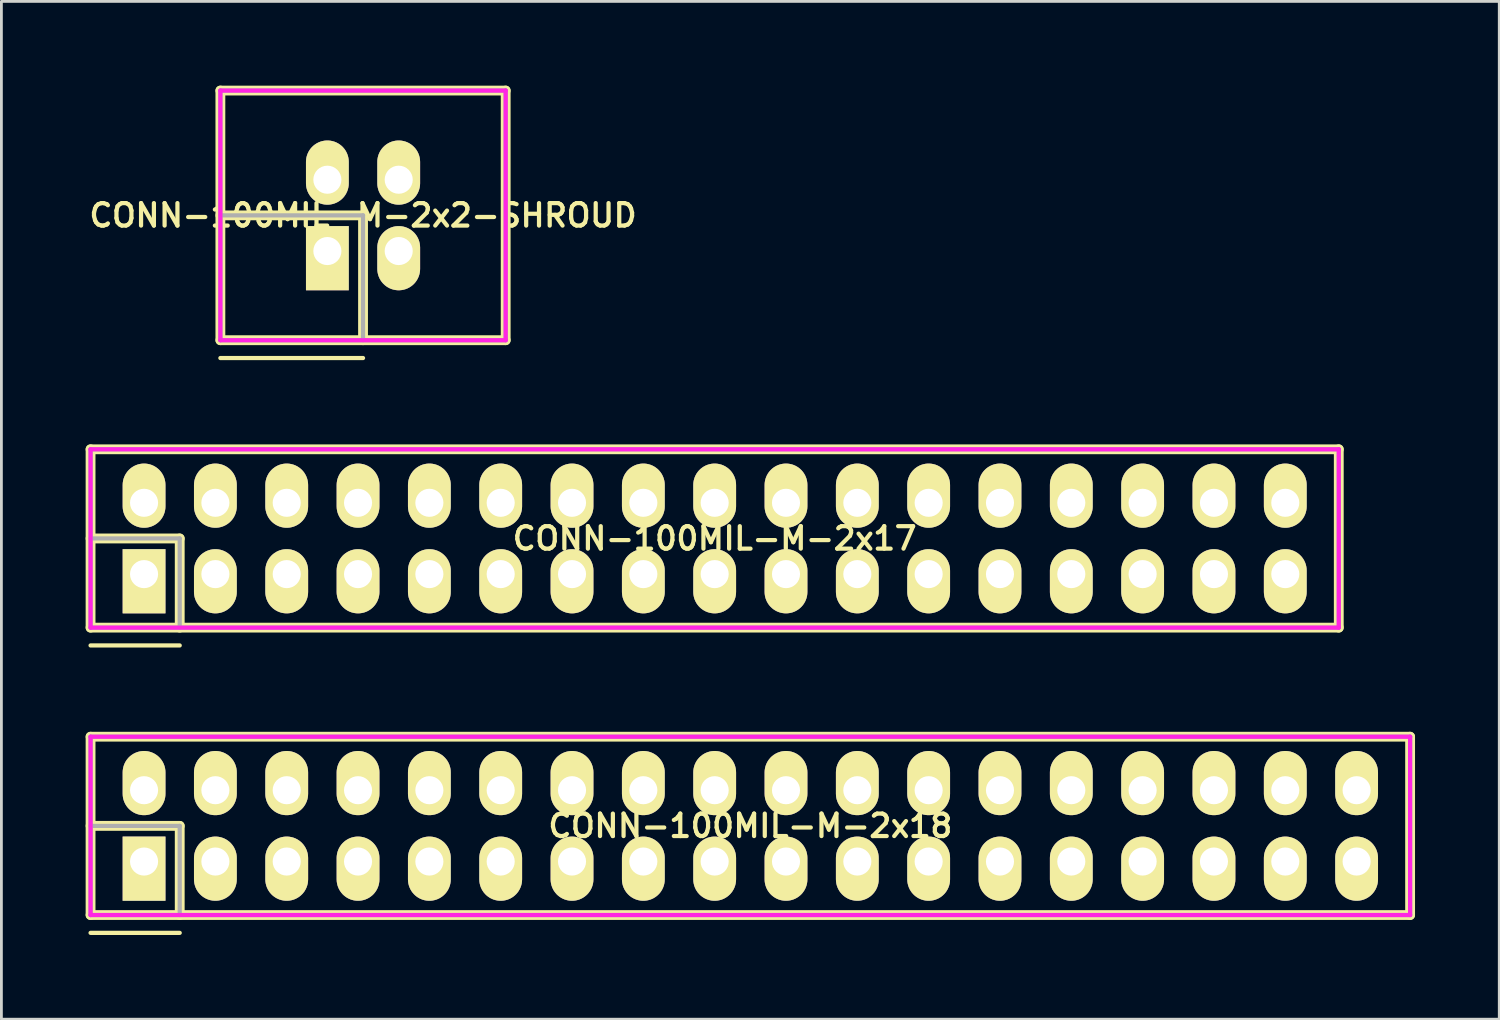
<source format=kicad_pcb>
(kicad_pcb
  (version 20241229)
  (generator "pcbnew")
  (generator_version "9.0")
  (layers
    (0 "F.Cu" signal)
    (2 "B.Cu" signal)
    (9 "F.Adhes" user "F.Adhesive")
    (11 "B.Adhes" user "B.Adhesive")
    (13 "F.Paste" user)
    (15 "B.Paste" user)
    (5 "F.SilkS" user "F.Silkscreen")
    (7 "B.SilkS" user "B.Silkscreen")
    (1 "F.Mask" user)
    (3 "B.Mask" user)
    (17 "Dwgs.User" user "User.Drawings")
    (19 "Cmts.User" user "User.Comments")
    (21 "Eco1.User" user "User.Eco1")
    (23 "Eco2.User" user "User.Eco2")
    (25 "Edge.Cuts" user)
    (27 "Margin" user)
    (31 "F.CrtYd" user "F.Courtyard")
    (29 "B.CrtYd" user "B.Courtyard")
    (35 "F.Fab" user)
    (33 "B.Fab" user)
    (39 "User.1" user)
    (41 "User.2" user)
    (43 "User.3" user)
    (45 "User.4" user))
  (footprint "CONN-100MIL-M-2x18"
    (layer "F.Cu")
    (at 23.67 26.36)
    (property "Reference" "CONN-100MIL-M-2x18" (at 0 0 0) (layer "F.SilkS") (effects (font (size 0.8 0.8) (thickness 0.15))))
    (attr through_hole)
    (fp_line (start -23.495 -3.175) (end 23.495 -3.175) (stroke (width 0.35) (type solid)) (layer "F.SilkS"))
    (fp_line (start -23.495 0) (end -20.32 0) (stroke (width 0.35) (type solid)) (layer "F.SilkS"))
    (fp_line (start -23.495 3.175) (end -23.495 -3.175) (stroke (width 0.35) (type solid)) (layer "F.SilkS"))
    (fp_line (start -23.495 3.81) (end -20.32 3.81) (stroke (width 0.15) (type solid)) (layer "F.SilkS"))
    (fp_line (start -20.32 0) (end -20.32 3.175) (stroke (width 0.35) (type solid)) (layer "F.SilkS"))
    (fp_line (start 23.495 -3.175) (end 23.495 3.175) (stroke (width 0.35) (type solid)) (layer "F.SilkS"))
    (fp_line (start 23.495 3.175) (end -23.495 3.175) (stroke (width 0.35) (type solid)) (layer "F.SilkS"))
    (fp_line (start -23.495 -3.175) (end 23.495 -3.175) (stroke (width 0.15) (type solid)) (layer "F.CrtYd"))
    (fp_line (start -23.495 3.175) (end -23.495 -3.175) (stroke (width 0.15) (type solid)) (layer "F.CrtYd"))
    (fp_line (start 23.495 -3.175) (end 23.495 3.175) (stroke (width 0.15) (type solid)) (layer "F.CrtYd"))
    (fp_line (start 23.495 3.175) (end -23.495 3.175) (stroke (width 0.15) (type solid)) (layer "F.CrtYd"))
    (fp_line (start -23.495 -3.175) (end 23.495 -3.175) (stroke (width 0.15) (type solid)) (layer "F.Fab"))
    (fp_line (start -23.495 0) (end -20.32 0) (stroke (width 0.15) (type solid)) (layer "F.Fab"))
    (fp_line (start -23.495 3.175) (end -23.495 -3.175) (stroke (width 0.15) (type solid)) (layer "F.Fab"))
    (fp_line (start -20.32 0) (end -20.32 3.175) (stroke (width 0.15) (type solid)) (layer "F.Fab"))
    (fp_line (start 23.495 -3.175) (end 23.495 3.175) (stroke (width 0.15) (type solid)) (layer "F.Fab"))
    (fp_line (start 23.495 3.175) (end -23.495 3.175) (stroke (width 0.15) (type solid)) (layer "F.Fab"))
    (pad "1" thru_hole rect (at -21.59 1.27) (size 1.524 2.286) (drill 1 (offset 0 0.254)) (layers "*.Cu" "*.Mask" "F.SilkS"))
    (pad "2" thru_hole oval (at -21.59 -1.27) (size 1.524 2.286) (drill 1 (offset 0 -0.254)) (layers "*.Cu" "*.Mask" "F.SilkS"))
    (pad "3" thru_hole oval (at -19.05 1.27) (size 1.524 2.286) (drill 1 (offset 0 0.254)) (layers "*.Cu" "*.Mask" "F.SilkS"))
    (pad "4" thru_hole oval (at -19.05 -1.27) (size 1.524 2.286) (drill 1 (offset 0 -0.254)) (layers "*.Cu" "*.Mask" "F.SilkS"))
    (pad "5" thru_hole oval (at -16.51 1.27) (size 1.524 2.286) (drill 1 (offset 0 0.254)) (layers "*.Cu" "*.Mask" "F.SilkS"))
    (pad "6" thru_hole oval (at -16.51 -1.27) (size 1.524 2.286) (drill 1 (offset 0 -0.254)) (layers "*.Cu" "*.Mask" "F.SilkS"))
    (pad "7" thru_hole oval (at -13.97 1.27) (size 1.524 2.286) (drill 1 (offset 0 0.254)) (layers "*.Cu" "*.Mask" "F.SilkS"))
    (pad "8" thru_hole oval (at -13.97 -1.27) (size 1.524 2.286) (drill 1 (offset 0 -0.254)) (layers "*.Cu" "*.Mask" "F.SilkS"))
    (pad "9" thru_hole oval (at -11.43 1.27) (size 1.524 2.286) (drill 1 (offset 0 0.254)) (layers "*.Cu" "*.Mask" "F.SilkS"))
    (pad "10" thru_hole oval (at -11.43 -1.27) (size 1.524 2.286) (drill 1 (offset 0 -0.254)) (layers "*.Cu" "*.Mask" "F.SilkS"))
    (pad "11" thru_hole oval (at -8.89 1.27) (size 1.524 2.286) (drill 1 (offset 0 0.254)) (layers "*.Cu" "*.Mask" "F.SilkS"))
    (pad "12" thru_hole oval (at -8.89 -1.27) (size 1.524 2.286) (drill 1 (offset 0 -0.254)) (layers "*.Cu" "*.Mask" "F.SilkS"))
    (pad "13" thru_hole oval (at -6.35 1.27) (size 1.524 2.286) (drill 1 (offset 0 0.254)) (layers "*.Cu" "*.Mask" "F.SilkS"))
    (pad "14" thru_hole oval (at -6.35 -1.27) (size 1.524 2.286) (drill 1 (offset 0 -0.254)) (layers "*.Cu" "*.Mask" "F.SilkS"))
    (pad "15" thru_hole oval (at -3.81 1.27) (size 1.524 2.286) (drill 1 (offset 0 0.254)) (layers "*.Cu" "*.Mask" "F.SilkS"))
    (pad "16" thru_hole oval (at -3.81 -1.27) (size 1.524 2.286) (drill 1 (offset 0 -0.254)) (layers "*.Cu" "*.Mask" "F.SilkS"))
    (pad "17" thru_hole oval (at -1.27 1.27) (size 1.524 2.286) (drill 1 (offset 0 0.254)) (layers "*.Cu" "*.Mask" "F.SilkS"))
    (pad "18" thru_hole oval (at -1.27 -1.27) (size 1.524 2.286) (drill 1 (offset 0 -0.254)) (layers "*.Cu" "*.Mask" "F.SilkS"))
    (pad "19" thru_hole oval (at 1.27 1.27) (size 1.524 2.286) (drill 1 (offset 0 0.254)) (layers "*.Cu" "*.Mask" "F.SilkS"))
    (pad "20" thru_hole oval (at 1.27 -1.27) (size 1.524 2.286) (drill 1 (offset 0 -0.254)) (layers "*.Cu" "*.Mask" "F.SilkS"))
    (pad "21" thru_hole oval (at 3.81 1.27) (size 1.524 2.286) (drill 1 (offset 0 0.254)) (layers "*.Cu" "*.Mask" "F.SilkS"))
    (pad "22" thru_hole oval (at 3.81 -1.27) (size 1.524 2.286) (drill 1 (offset 0 -0.254)) (layers "*.Cu" "*.Mask" "F.SilkS"))
    (pad "23" thru_hole oval (at 6.35 1.27) (size 1.524 2.286) (drill 1 (offset 0 0.254)) (layers "*.Cu" "*.Mask" "F.SilkS"))
    (pad "24" thru_hole oval (at 6.35 -1.27) (size 1.524 2.286) (drill 1 (offset 0 -0.254)) (layers "*.Cu" "*.Mask" "F.SilkS"))
    (pad "25" thru_hole oval (at 8.89 1.27) (size 1.524 2.286) (drill 1 (offset 0 0.254)) (layers "*.Cu" "*.Mask" "F.SilkS"))
    (pad "26" thru_hole oval (at 8.89 -1.27) (size 1.524 2.286) (drill 1 (offset 0 -0.254)) (layers "*.Cu" "*.Mask" "F.SilkS"))
    (pad "27" thru_hole oval (at 11.43 1.27) (size 1.524 2.286) (drill 1 (offset 0 0.254)) (layers "*.Cu" "*.Mask" "F.SilkS"))
    (pad "28" thru_hole oval (at 11.43 -1.27) (size 1.524 2.286) (drill 1 (offset 0 -0.254)) (layers "*.Cu" "*.Mask" "F.SilkS"))
    (pad "29" thru_hole oval (at 13.97 1.27) (size 1.524 2.286) (drill 1 (offset 0 0.254)) (layers "*.Cu" "*.Mask" "F.SilkS"))
    (pad "30" thru_hole oval (at 13.97 -1.27) (size 1.524 2.286) (drill 1 (offset 0 -0.254)) (layers "*.Cu" "*.Mask" "F.SilkS"))
    (pad "31" thru_hole oval (at 16.51 1.27) (size 1.524 2.286) (drill 1 (offset 0 0.254)) (layers "*.Cu" "*.Mask" "F.SilkS"))
    (pad "32" thru_hole oval (at 16.51 -1.27) (size 1.524 2.286) (drill 1 (offset 0 -0.254)) (layers "*.Cu" "*.Mask" "F.SilkS"))
    (pad "33" thru_hole oval (at 19.05 1.27) (size 1.524 2.286) (drill 1 (offset 0 0.254)) (layers "*.Cu" "*.Mask" "F.SilkS"))
    (pad "34" thru_hole oval (at 19.05 -1.27) (size 1.524 2.286) (drill 1 (offset 0 -0.254)) (layers "*.Cu" "*.Mask" "F.SilkS"))
    (pad "35" thru_hole oval (at 21.59 1.27) (size 1.524 2.286) (drill 1 (offset 0 0.254)) (layers "*.Cu" "*.Mask" "F.SilkS"))
    (pad "36" thru_hole oval (at 21.59 -1.27) (size 1.524 2.286) (drill 1 (offset 0 -0.254)) (layers "*.Cu" "*.Mask" "F.SilkS")))
  (footprint "CONN-100MIL-M-2x2-SHROUD"
    (layer "F.Cu")
    (at 9.878 4.62)
    (property "Reference" "CONN-100MIL-M-2x2-SHROUD" (at 0 0 0) (layer "F.SilkS") (effects (font (size 0.8 0.8) (thickness 0.15))))
    (attr through_hole)
    (fp_line (start -5.08 -4.445) (end 5.08 -4.445) (stroke (width 0.35) (type solid)) (layer "F.SilkS"))
    (fp_line (start -5.08 0) (end 0 0) (stroke (width 0.35) (type solid)) (layer "F.SilkS"))
    (fp_line (start -5.08 4.445) (end -5.08 -4.445) (stroke (width 0.35) (type solid)) (layer "F.SilkS"))
    (fp_line (start -5.08 5.08) (end 0 5.08) (stroke (width 0.15) (type solid)) (layer "F.SilkS"))
    (fp_line (start 0 0) (end 0 4.445) (stroke (width 0.35) (type solid)) (layer "F.SilkS"))
    (fp_line (start 5.08 -4.445) (end 5.08 4.445) (stroke (width 0.35) (type solid)) (layer "F.SilkS"))
    (fp_line (start 5.08 4.445) (end -5.08 4.445) (stroke (width 0.35) (type solid)) (layer "F.SilkS"))
    (fp_line (start -5.08 -4.445) (end 5.08 -4.445) (stroke (width 0.15) (type solid)) (layer "F.CrtYd"))
    (fp_line (start -5.08 4.445) (end -5.08 -4.445) (stroke (width 0.15) (type solid)) (layer "F.CrtYd"))
    (fp_line (start 5.08 -4.445) (end 5.08 4.445) (stroke (width 0.15) (type solid)) (layer "F.CrtYd"))
    (fp_line (start 5.08 4.445) (end -5.08 4.445) (stroke (width 0.15) (type solid)) (layer "F.CrtYd"))
    (fp_line (start -5.08 -4.445) (end 5.08 -4.445) (stroke (width 0.15) (type solid)) (layer "F.Fab"))
    (fp_line (start -5.08 0) (end 0 0) (stroke (width 0.15) (type solid)) (layer "F.Fab"))
    (fp_line (start -5.08 4.445) (end -5.08 -4.445) (stroke (width 0.15) (type solid)) (layer "F.Fab"))
    (fp_line (start 0 0) (end 0 4.445) (stroke (width 0.15) (type solid)) (layer "F.Fab"))
    (fp_line (start 5.08 -4.445) (end 5.08 4.445) (stroke (width 0.15) (type solid)) (layer "F.Fab"))
    (fp_line (start 5.08 4.445) (end -5.08 4.445) (stroke (width 0.15) (type solid)) (layer "F.Fab"))
    (pad "1" thru_hole rect (at -1.27 1.27) (size 1.524 2.286) (drill 1 (offset 0 0.254)) (layers "*.Cu" "*.Mask" "F.SilkS"))
    (pad "2" thru_hole oval (at -1.27 -1.27) (size 1.524 2.286) (drill 1 (offset 0 -0.254)) (layers "*.Cu" "*.Mask" "F.SilkS"))
    (pad "3" thru_hole oval (at 1.27 1.27) (size 1.524 2.286) (drill 1 (offset 0 0.254)) (layers "*.Cu" "*.Mask" "F.SilkS"))
    (pad "4" thru_hole oval (at 1.27 -1.27) (size 1.524 2.286) (drill 1 (offset 0 -0.254)) (layers "*.Cu" "*.Mask" "F.SilkS")))
  (footprint "CONN-100MIL-M-2x17"
    (layer "F.Cu")
    (at 22.4 16.125)
    (property "Reference" "CONN-100MIL-M-2x17" (at 0 0 0) (layer "F.SilkS") (effects (font (size 0.8 0.8) (thickness 0.15))))
    (attr through_hole)
    (fp_line (start -22.225 -3.175) (end 22.225 -3.175) (stroke (width 0.35) (type solid)) (layer "F.SilkS"))
    (fp_line (start -22.225 0) (end -19.05 0) (stroke (width 0.35) (type solid)) (layer "F.SilkS"))
    (fp_line (start -22.225 3.175) (end -22.225 -3.175) (stroke (width 0.35) (type solid)) (layer "F.SilkS"))
    (fp_line (start -22.225 3.81) (end -19.05 3.81) (stroke (width 0.15) (type solid)) (layer "F.SilkS"))
    (fp_line (start -19.05 0) (end -19.05 3.175) (stroke (width 0.35) (type solid)) (layer "F.SilkS"))
    (fp_line (start 22.225 -3.175) (end 22.225 3.175) (stroke (width 0.35) (type solid)) (layer "F.SilkS"))
    (fp_line (start 22.225 3.175) (end -22.225 3.175) (stroke (width 0.35) (type solid)) (layer "F.SilkS"))
    (fp_line (start -22.225 -3.175) (end 22.225 -3.175) (stroke (width 0.15) (type solid)) (layer "F.CrtYd"))
    (fp_line (start -22.225 3.175) (end -22.225 -3.175) (stroke (width 0.15) (type solid)) (layer "F.CrtYd"))
    (fp_line (start 22.225 -3.175) (end 22.225 3.175) (stroke (width 0.15) (type solid)) (layer "F.CrtYd"))
    (fp_line (start 22.225 3.175) (end -22.225 3.175) (stroke (width 0.15) (type solid)) (layer "F.CrtYd"))
    (fp_line (start -22.225 -3.175) (end 22.225 -3.175) (stroke (width 0.15) (type solid)) (layer "F.Fab"))
    (fp_line (start -22.225 0) (end -19.05 0) (stroke (width 0.15) (type solid)) (layer "F.Fab"))
    (fp_line (start -22.225 3.175) (end -22.225 -3.175) (stroke (width 0.15) (type solid)) (layer "F.Fab"))
    (fp_line (start -19.05 0) (end -19.05 3.175) (stroke (width 0.15) (type solid)) (layer "F.Fab"))
    (fp_line (start 22.225 -3.175) (end 22.225 3.175) (stroke (width 0.15) (type solid)) (layer "F.Fab"))
    (fp_line (start 22.225 3.175) (end -22.225 3.175) (stroke (width 0.15) (type solid)) (layer "F.Fab"))
    (pad "1" thru_hole rect (at -20.32 1.27) (size 1.524 2.286) (drill 1 (offset 0 0.254)) (layers "*.Cu" "*.Mask" "F.SilkS"))
    (pad "2" thru_hole oval (at -20.32 -1.27) (size 1.524 2.286) (drill 1 (offset 0 -0.254)) (layers "*.Cu" "*.Mask" "F.SilkS"))
    (pad "3" thru_hole oval (at -17.78 1.27) (size 1.524 2.286) (drill 1 (offset 0 0.254)) (layers "*.Cu" "*.Mask" "F.SilkS"))
    (pad "4" thru_hole oval (at -17.78 -1.27) (size 1.524 2.286) (drill 1 (offset 0 -0.254)) (layers "*.Cu" "*.Mask" "F.SilkS"))
    (pad "5" thru_hole oval (at -15.24 1.27) (size 1.524 2.286) (drill 1 (offset 0 0.254)) (layers "*.Cu" "*.Mask" "F.SilkS"))
    (pad "6" thru_hole oval (at -15.24 -1.27) (size 1.524 2.286) (drill 1 (offset 0 -0.254)) (layers "*.Cu" "*.Mask" "F.SilkS"))
    (pad "7" thru_hole oval (at -12.7 1.27) (size 1.524 2.286) (drill 1 (offset 0 0.254)) (layers "*.Cu" "*.Mask" "F.SilkS"))
    (pad "8" thru_hole oval (at -12.7 -1.27) (size 1.524 2.286) (drill 1 (offset 0 -0.254)) (layers "*.Cu" "*.Mask" "F.SilkS"))
    (pad "9" thru_hole oval (at -10.16 1.27) (size 1.524 2.286) (drill 1 (offset 0 0.254)) (layers "*.Cu" "*.Mask" "F.SilkS"))
    (pad "10" thru_hole oval (at -10.16 -1.27) (size 1.524 2.286) (drill 1 (offset 0 -0.254)) (layers "*.Cu" "*.Mask" "F.SilkS"))
    (pad "11" thru_hole oval (at -7.62 1.27) (size 1.524 2.286) (drill 1 (offset 0 0.254)) (layers "*.Cu" "*.Mask" "F.SilkS"))
    (pad "12" thru_hole oval (at -7.62 -1.27) (size 1.524 2.286) (drill 1 (offset 0 -0.254)) (layers "*.Cu" "*.Mask" "F.SilkS"))
    (pad "13" thru_hole oval (at -5.08 1.27) (size 1.524 2.286) (drill 1 (offset 0 0.254)) (layers "*.Cu" "*.Mask" "F.SilkS"))
    (pad "14" thru_hole oval (at -5.08 -1.27) (size 1.524 2.286) (drill 1 (offset 0 -0.254)) (layers "*.Cu" "*.Mask" "F.SilkS"))
    (pad "15" thru_hole oval (at -2.54 1.27) (size 1.524 2.286) (drill 1 (offset 0 0.254)) (layers "*.Cu" "*.Mask" "F.SilkS"))
    (pad "16" thru_hole oval (at -2.54 -1.27) (size 1.524 2.286) (drill 1 (offset 0 -0.254)) (layers "*.Cu" "*.Mask" "F.SilkS"))
    (pad "17" thru_hole oval (at 0 1.27) (size 1.524 2.286) (drill 1 (offset 0 0.254)) (layers "*.Cu" "*.Mask" "F.SilkS"))
    (pad "18" thru_hole oval (at 0 -1.27) (size 1.524 2.286) (drill 1 (offset 0 -0.254)) (layers "*.Cu" "*.Mask" "F.SilkS"))
    (pad "19" thru_hole oval (at 2.54 1.27) (size 1.524 2.286) (drill 1 (offset 0 0.254)) (layers "*.Cu" "*.Mask" "F.SilkS"))
    (pad "20" thru_hole oval (at 2.54 -1.27) (size 1.524 2.286) (drill 1 (offset 0 -0.254)) (layers "*.Cu" "*.Mask" "F.SilkS"))
    (pad "21" thru_hole oval (at 5.08 1.27) (size 1.524 2.286) (drill 1 (offset 0 0.254)) (layers "*.Cu" "*.Mask" "F.SilkS"))
    (pad "22" thru_hole oval (at 5.08 -1.27) (size 1.524 2.286) (drill 1 (offset 0 -0.254)) (layers "*.Cu" "*.Mask" "F.SilkS"))
    (pad "23" thru_hole oval (at 7.62 1.27) (size 1.524 2.286) (drill 1 (offset 0 0.254)) (layers "*.Cu" "*.Mask" "F.SilkS"))
    (pad "24" thru_hole oval (at 7.62 -1.27) (size 1.524 2.286) (drill 1 (offset 0 -0.254)) (layers "*.Cu" "*.Mask" "F.SilkS"))
    (pad "25" thru_hole oval (at 10.16 1.27) (size 1.524 2.286) (drill 1 (offset 0 0.254)) (layers "*.Cu" "*.Mask" "F.SilkS"))
    (pad "26" thru_hole oval (at 10.16 -1.27) (size 1.524 2.286) (drill 1 (offset 0 -0.254)) (layers "*.Cu" "*.Mask" "F.SilkS"))
    (pad "27" thru_hole oval (at 12.7 1.27) (size 1.524 2.286) (drill 1 (offset 0 0.254)) (layers "*.Cu" "*.Mask" "F.SilkS"))
    (pad "28" thru_hole oval (at 12.7 -1.27) (size 1.524 2.286) (drill 1 (offset 0 -0.254)) (layers "*.Cu" "*.Mask" "F.SilkS"))
    (pad "29" thru_hole oval (at 15.24 1.27) (size 1.524 2.286) (drill 1 (offset 0 0.254)) (layers "*.Cu" "*.Mask" "F.SilkS"))
    (pad "30" thru_hole oval (at 15.24 -1.27) (size 1.524 2.286) (drill 1 (offset 0 -0.254)) (layers "*.Cu" "*.Mask" "F.SilkS"))
    (pad "31" thru_hole oval (at 17.78 1.27) (size 1.524 2.286) (drill 1 (offset 0 0.254)) (layers "*.Cu" "*.Mask" "F.SilkS"))
    (pad "32" thru_hole oval (at 17.78 -1.27) (size 1.524 2.286) (drill 1 (offset 0 -0.254)) (layers "*.Cu" "*.Mask" "F.SilkS"))
    (pad "33" thru_hole oval (at 20.32 1.27) (size 1.524 2.286) (drill 1 (offset 0 0.254)) (layers "*.Cu" "*.Mask" "F.SilkS"))
    (pad "34" thru_hole oval (at 20.32 -1.27) (size 1.524 2.286) (drill 1 (offset 0 -0.254)) (layers "*.Cu" "*.Mask" "F.SilkS")))
  (gr_rect
    (start -3 -3)
    (end 50.34 33.245)
    (stroke (width 0.1) (type default))
    (fill no)
    (layer "Edge.Cuts")))
</source>
